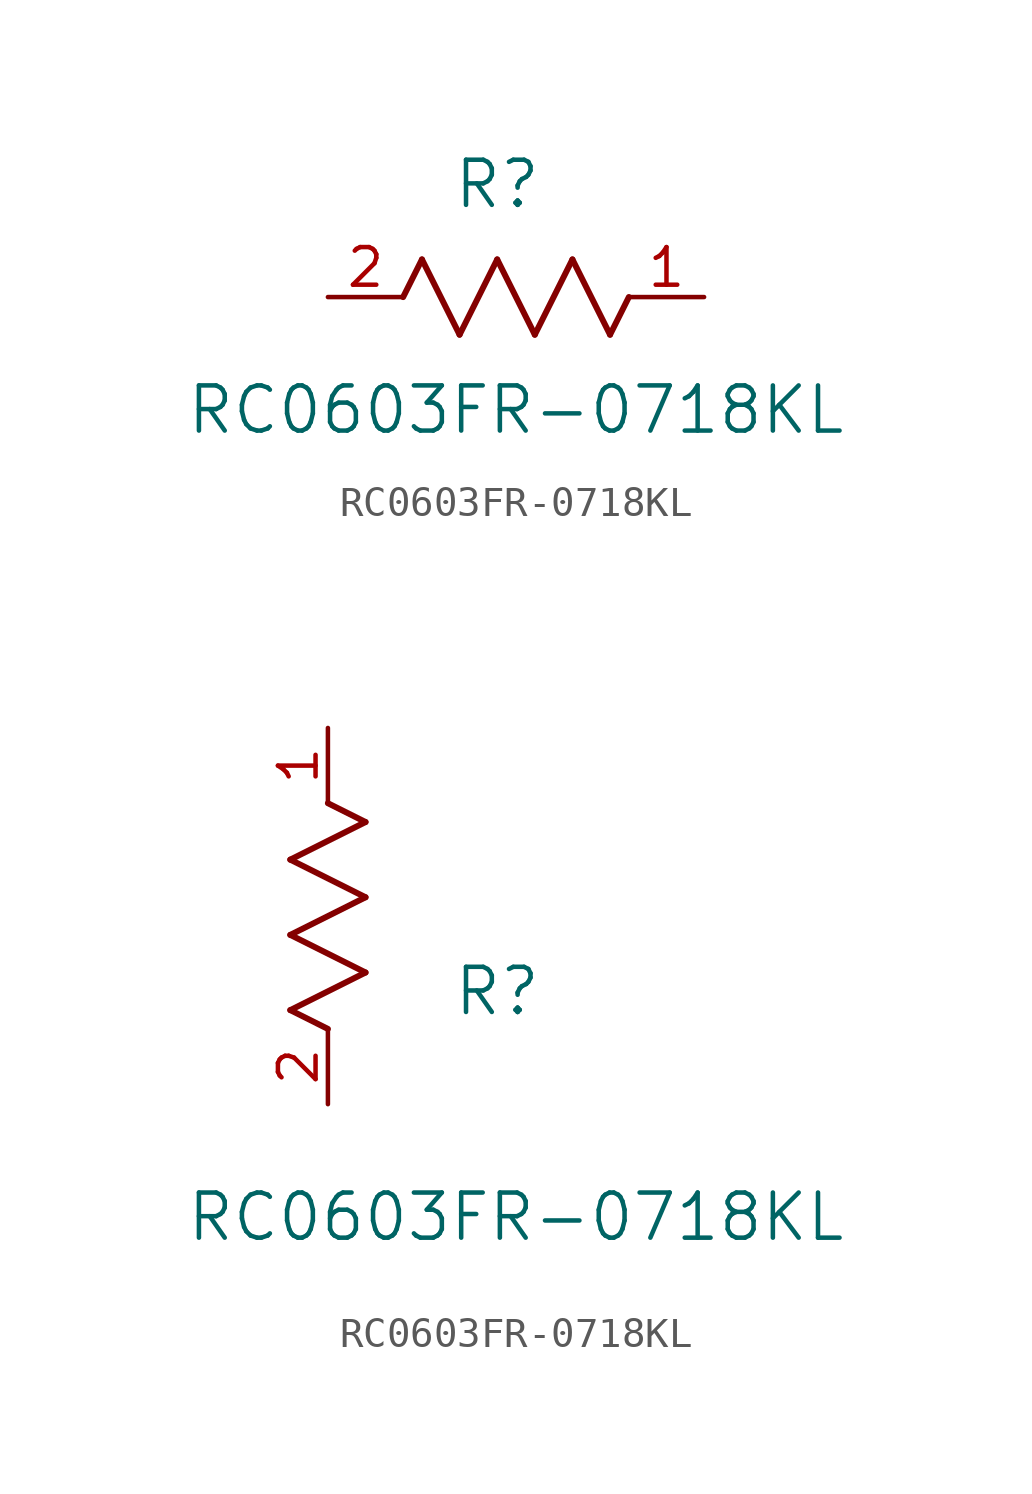
<source format=kicad_sym>
(kicad_symbol_lib
  (version 20211014)
  (generator kicad_symbol_editor)
  (symbol "RC0603FR-0718KL"
    (pin_names
      (offset 0.254))
    (property "Reference" "R"
      (at 5.715 3.81 0)
      (effects (font (size 1.524 1.524))))
    (property "Value" "RC0603FR-0718KL"
      (at 6.35 -3.81 0)
      (effects (font (size 1.524 1.524))))
    (symbol "RC0603FR-0718KL_1_1"
      (polyline (pts (xy 3.175 1.27) (xy 4.445 -1.27)) (stroke (width 0.203) (type default) (color 0 0 0 0)) (fill (type none)))
      (polyline (pts (xy 4.445 -1.27) (xy 5.715 1.27)) (stroke (width 0.203) (type default) (color 0 0 0 0)) (fill (type none)))
      (polyline (pts (xy 5.715 1.27) (xy 6.985 -1.27)) (stroke (width 0.203) (type default) (color 0 0 0 0)) (fill (type none)))
      (polyline (pts (xy 6.985 -1.27) (xy 8.255 1.27)) (stroke (width 0.203) (type default) (color 0 0 0 0)) (fill (type none)))
      (polyline (pts (xy 8.255 1.27) (xy 9.525 -1.27)) (stroke (width 0.203) (type default) (color 0 0 0 0)) (fill (type none)))
      (polyline (pts (xy 2.54 0) (xy 3.175 1.27)) (stroke (width 0.203) (type default) (color 0 0 0 0)) (fill (type none)))
      (polyline (pts (xy 9.525 -1.27) (xy 10.16 0)) (stroke (width 0.203) (type default) (color 0 0 0 0)) (fill (type none)))
      (pin unspecified line (at 12.7 0 180) (length 2.54) (name "" (effects (font (size 1.27 1.27)))) (number "1" (effects (font (size 1.27 1.27)))))
      (pin unspecified line (at 0 0 0) (length 2.54) (name "" (effects (font (size 1.27 1.27)))) (number "2" (effects (font (size 1.27 1.27))))))
    (symbol "RC0603FR-0718KL_1_2"
      (polyline (pts (xy 0 2.54) (xy -1.27 3.175)) (stroke (width 0.203) (type default) (color 0 0 0 0)) (fill (type none)))
      (polyline (pts (xy -1.27 3.175) (xy 1.27 4.445)) (stroke (width 0.203) (type default) (color 0 0 0 0)) (fill (type none)))
      (polyline (pts (xy 1.27 4.445) (xy -1.27 5.715)) (stroke (width 0.203) (type default) (color 0 0 0 0)) (fill (type none)))
      (polyline (pts (xy -1.27 5.715) (xy 1.27 6.985)) (stroke (width 0.203) (type default) (color 0 0 0 0)) (fill (type none)))
      (polyline (pts (xy -1.27 8.255) (xy 1.27 9.525)) (stroke (width 0.203) (type default) (color 0 0 0 0)) (fill (type none)))
      (polyline (pts (xy 1.27 9.525) (xy 0 10.16)) (stroke (width 0.203) (type default) (color 0 0 0 0)) (fill (type none)))
      (polyline (pts (xy 1.27 6.985) (xy -1.27 8.255)) (stroke (width 0.203) (type default) (color 0 0 0 0)) (fill (type none)))
      (pin unspecified line (at 0 12.7 270) (length 2.54) (name "" (effects (font (size 1.27 1.27)))) (number "1" (effects (font (size 1.27 1.27)))))
      (pin unspecified line (at 0 0 90) (length 2.54) (name "" (effects (font (size 1.27 1.27)))) (number "2" (effects (font (size 1.27 1.27))))))))
</source>
